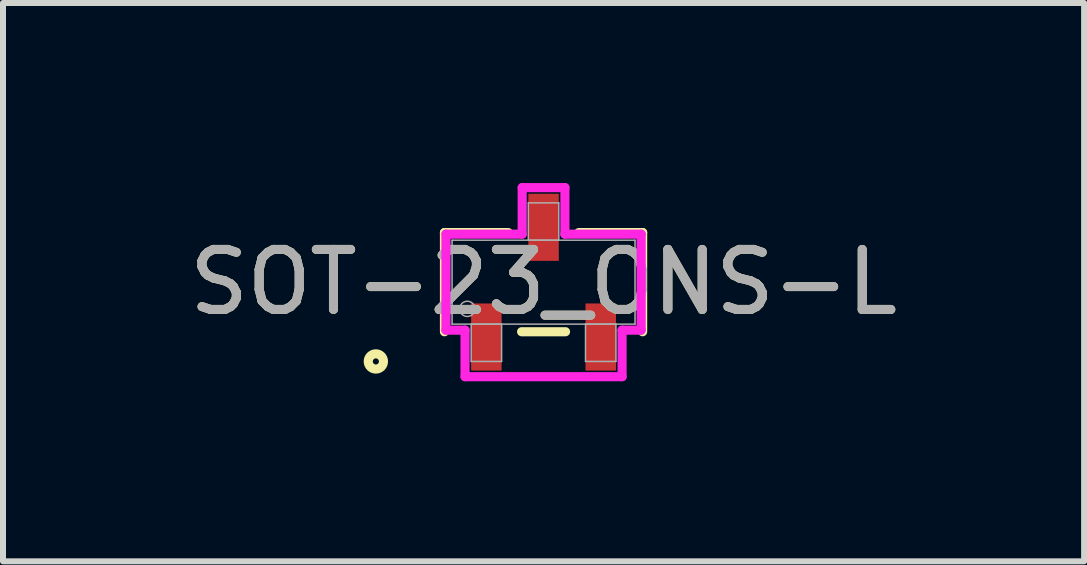
<source format=kicad_pcb>
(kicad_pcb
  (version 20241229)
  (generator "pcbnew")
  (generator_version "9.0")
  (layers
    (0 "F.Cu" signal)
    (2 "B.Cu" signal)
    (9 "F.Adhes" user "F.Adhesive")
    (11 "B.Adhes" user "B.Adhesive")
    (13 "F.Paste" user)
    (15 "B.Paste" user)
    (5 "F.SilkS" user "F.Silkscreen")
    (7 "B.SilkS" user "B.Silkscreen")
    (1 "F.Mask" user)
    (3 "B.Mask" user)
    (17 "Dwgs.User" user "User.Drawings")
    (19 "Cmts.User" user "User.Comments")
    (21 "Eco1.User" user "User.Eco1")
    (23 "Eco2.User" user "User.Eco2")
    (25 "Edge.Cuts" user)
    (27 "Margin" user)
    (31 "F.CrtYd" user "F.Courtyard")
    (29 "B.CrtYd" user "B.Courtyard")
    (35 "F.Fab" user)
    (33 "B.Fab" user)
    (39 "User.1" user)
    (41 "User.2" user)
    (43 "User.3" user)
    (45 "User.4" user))
  (footprint "SOT-23_ONS-L"
    (layer "F.Cu")
    (at 6.006 1.651)
    (property "Reference" "SOT-23_ONS-L" (at 0 0 0) (unlocked yes) (layer "F.SilkS") (effects (font (size 1 1) (thickness 0.15))))
    (attr smd)
    (fp_line (start -1.651 -0.826) (end -1.651 0.826) (stroke (width 0.152) (type solid)) (layer "F.SilkS"))
    (fp_line (start -0.587 -0.826) (end -1.651 -0.826) (stroke (width 0.152) (type solid)) (layer "F.SilkS"))
    (fp_line (start -0.366 0.826) (end 0.366 0.826) (stroke (width 0.152) (type solid)) (layer "F.SilkS"))
    (fp_line (start 1.651 -0.826) (end 0.587 -0.826) (stroke (width 0.152) (type solid)) (layer "F.SilkS"))
    (fp_line (start 1.651 0.826) (end 1.651 -0.826) (stroke (width 0.152) (type solid)) (layer "F.SilkS"))
    (fp_circle (center -2.794 1.321) (end -2.667 1.321) (stroke (width 0.152) (type solid)) (fill no) (layer "F.SilkS"))
    (fp_line (start -1.626 -0.8) (end -0.356 -0.8) (stroke (width 0.152) (type solid)) (layer "F.CrtYd"))
    (fp_line (start -1.626 0.8) (end -1.626 -0.8) (stroke (width 0.152) (type solid)) (layer "F.CrtYd"))
    (fp_line (start -1.626 0.8) (end -1.308 0.8) (stroke (width 0.152) (type solid)) (layer "F.CrtYd"))
    (fp_line (start -1.308 0.8) (end -1.308 1.575) (stroke (width 0.152) (type solid)) (layer "F.CrtYd"))
    (fp_line (start -1.308 1.575) (end 1.308 1.575) (stroke (width 0.152) (type solid)) (layer "F.CrtYd"))
    (fp_line (start -0.356 -1.575) (end 0.356 -1.575) (stroke (width 0.152) (type solid)) (layer "F.CrtYd"))
    (fp_line (start -0.356 -0.8) (end -0.356 -1.575) (stroke (width 0.152) (type solid)) (layer "F.CrtYd"))
    (fp_line (start 0.356 -0.8) (end 0.356 -1.575) (stroke (width 0.152) (type solid)) (layer "F.CrtYd"))
    (fp_line (start 1.308 0.8) (end 1.308 1.575) (stroke (width 0.152) (type solid)) (layer "F.CrtYd"))
    (fp_line (start 1.626 -0.8) (end 0.356 -0.8) (stroke (width 0.152) (type solid)) (layer "F.CrtYd"))
    (fp_line (start 1.626 -0.8) (end 1.626 0.8) (stroke (width 0.152) (type solid)) (layer "F.CrtYd"))
    (fp_line (start 1.626 0.8) (end 1.308 0.8) (stroke (width 0.152) (type solid)) (layer "F.CrtYd"))
    (fp_line (start -1.524 -0.699) (end -1.524 0.699) (stroke (width 0.025) (type solid)) (layer "F.Fab"))
    (fp_line (start -1.524 0.699) (end 1.524 0.699) (stroke (width 0.025) (type solid)) (layer "F.Fab"))
    (fp_line (start -1.206 0.699) (end -1.206 1.321) (stroke (width 0.025) (type solid)) (layer "F.Fab"))
    (fp_line (start -1.206 1.321) (end -0.699 1.321) (stroke (width 0.025) (type solid)) (layer "F.Fab"))
    (fp_line (start -0.699 0.699) (end -1.206 0.699) (stroke (width 0.025) (type solid)) (layer "F.Fab"))
    (fp_line (start -0.699 1.321) (end -0.699 0.699) (stroke (width 0.025) (type solid)) (layer "F.Fab"))
    (fp_line (start -0.254 -1.321) (end -0.254 -0.699) (stroke (width 0.025) (type solid)) (layer "F.Fab"))
    (fp_line (start -0.254 -0.699) (end 0.254 -0.699) (stroke (width 0.025) (type solid)) (layer "F.Fab"))
    (fp_line (start 0.254 -1.321) (end -0.254 -1.321) (stroke (width 0.025) (type solid)) (layer "F.Fab"))
    (fp_line (start 0.254 -0.699) (end 0.254 -1.321) (stroke (width 0.025) (type solid)) (layer "F.Fab"))
    (fp_line (start 0.699 0.699) (end 0.699 1.321) (stroke (width 0.025) (type solid)) (layer "F.Fab"))
    (fp_line (start 0.699 1.321) (end 1.206 1.321) (stroke (width 0.025) (type solid)) (layer "F.Fab"))
    (fp_line (start 1.206 0.699) (end 0.699 0.699) (stroke (width 0.025) (type solid)) (layer "F.Fab"))
    (fp_line (start 1.206 1.321) (end 1.206 0.699) (stroke (width 0.025) (type solid)) (layer "F.Fab"))
    (fp_line (start 1.524 -0.699) (end -1.524 -0.699) (stroke (width 0.025) (type solid)) (layer "F.Fab"))
    (fp_line (start 1.524 0.699) (end 1.524 -0.699) (stroke (width 0.025) (type solid)) (layer "F.Fab"))
    (fp_circle (center -1.27 0.445) (end -1.143 0.445) (stroke (width 0.025) (type solid)) (fill no) (layer "F.Fab"))
    (fp_text user "${REFERENCE}" (at 0 0 0) (unlocked yes) (layer "F.Fab") (effects (font (size 1 1) (thickness 0.15))))
    (pad "1" smd rect (at -0.953 0.914) (size 0.508 1.118) (layers "F.Cu" "F.Mask" "F.Paste"))
    (pad "2" smd rect (at 0.953 0.914) (size 0.508 1.118) (layers "F.Cu" "F.Mask" "F.Paste"))
    (pad "3" smd rect (at 0 -0.914) (size 0.508 1.118) (layers "F.Cu" "F.Mask" "F.Paste")))
  (gr_rect
    (start -3 -3)
    (end 15.012 6.302)
    (stroke (width 0.1) (type default))
    (fill no)
    (layer "Edge.Cuts")))
</source>
